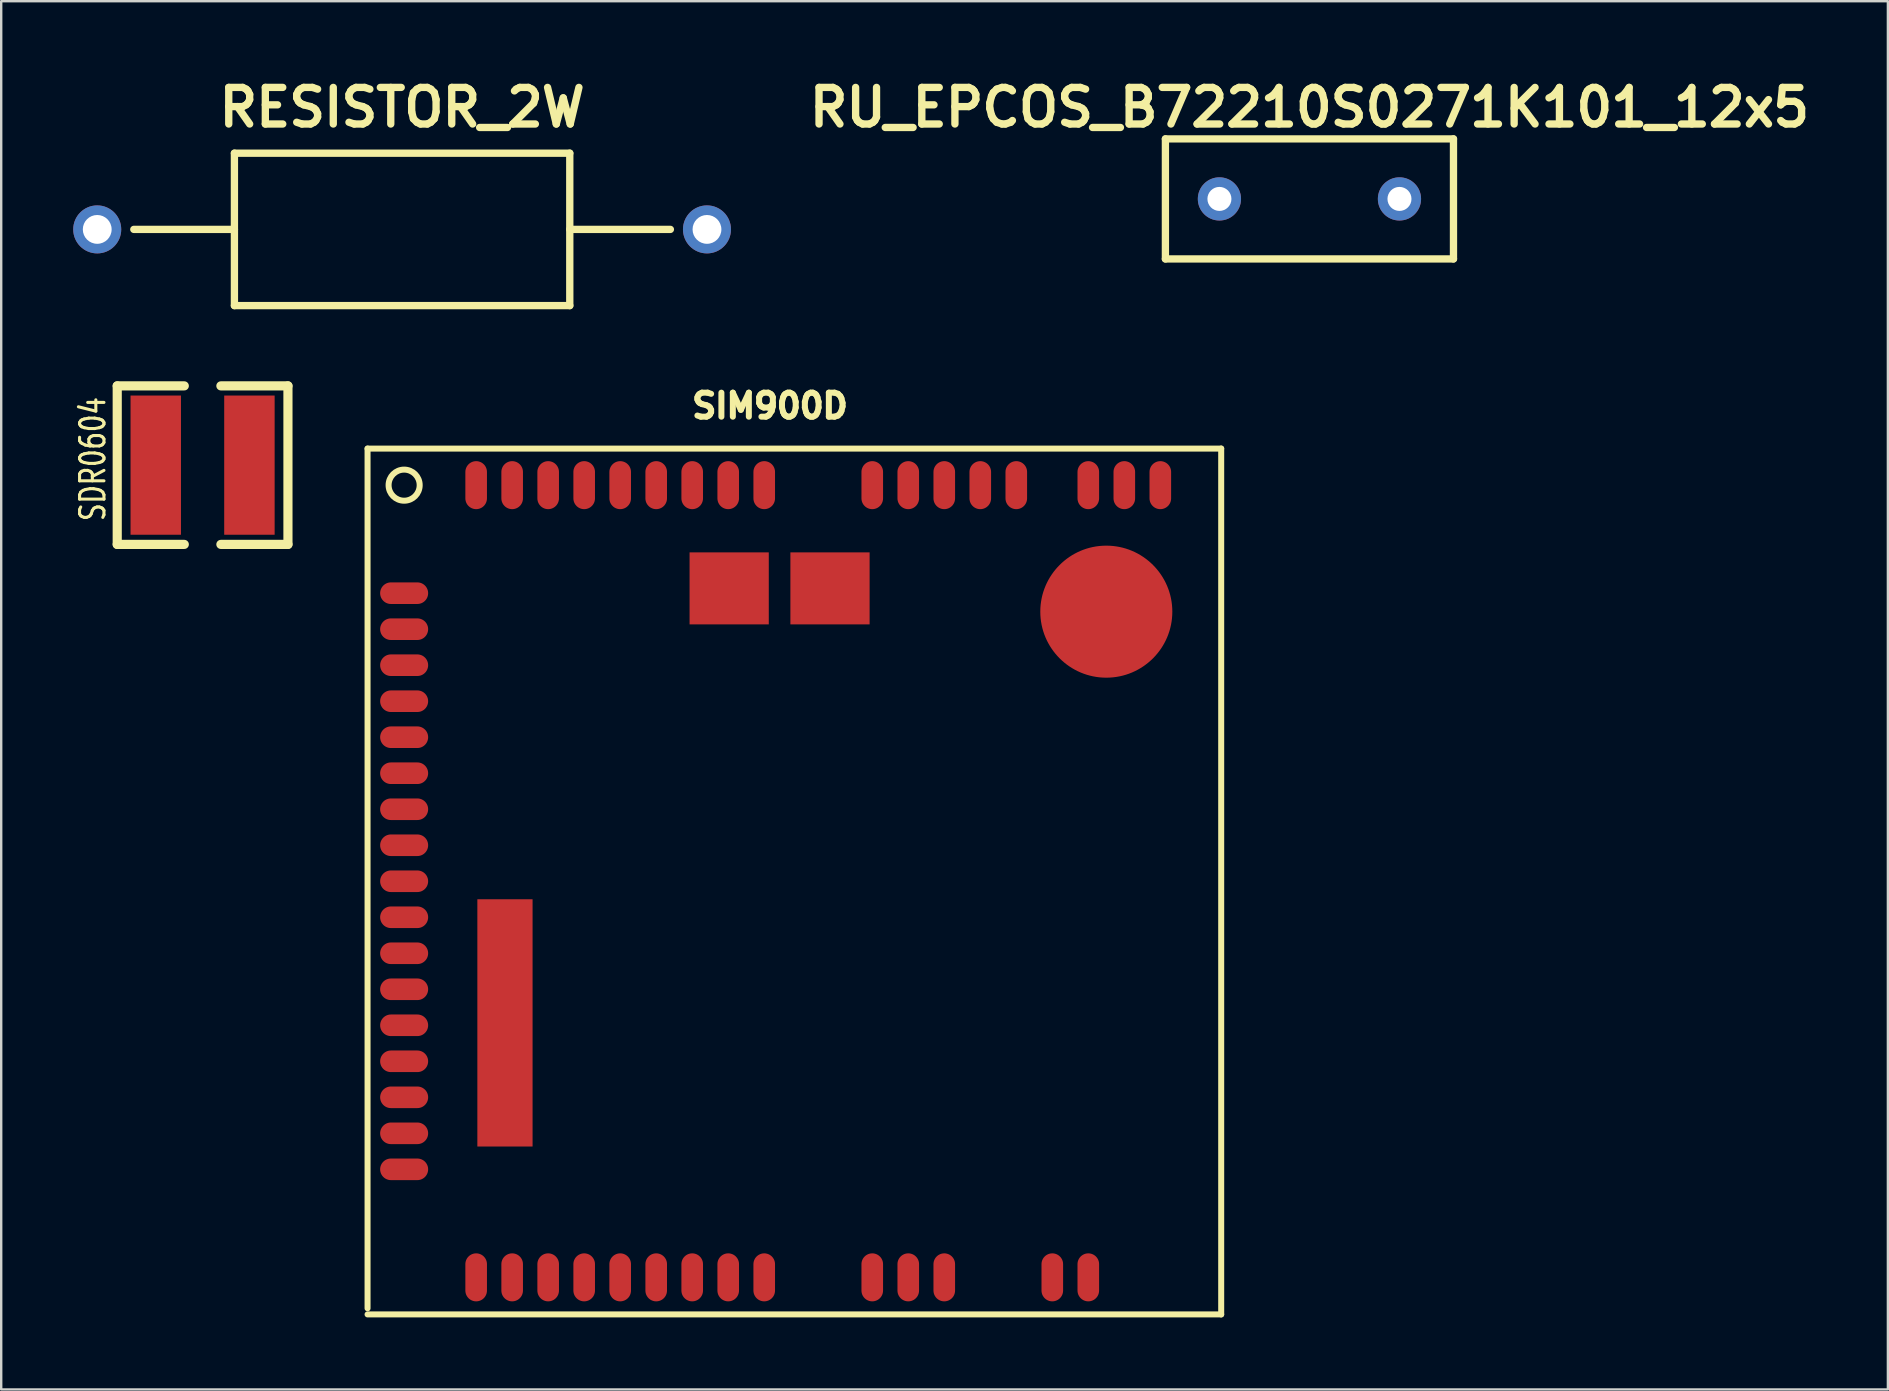
<source format=kicad_pcb>
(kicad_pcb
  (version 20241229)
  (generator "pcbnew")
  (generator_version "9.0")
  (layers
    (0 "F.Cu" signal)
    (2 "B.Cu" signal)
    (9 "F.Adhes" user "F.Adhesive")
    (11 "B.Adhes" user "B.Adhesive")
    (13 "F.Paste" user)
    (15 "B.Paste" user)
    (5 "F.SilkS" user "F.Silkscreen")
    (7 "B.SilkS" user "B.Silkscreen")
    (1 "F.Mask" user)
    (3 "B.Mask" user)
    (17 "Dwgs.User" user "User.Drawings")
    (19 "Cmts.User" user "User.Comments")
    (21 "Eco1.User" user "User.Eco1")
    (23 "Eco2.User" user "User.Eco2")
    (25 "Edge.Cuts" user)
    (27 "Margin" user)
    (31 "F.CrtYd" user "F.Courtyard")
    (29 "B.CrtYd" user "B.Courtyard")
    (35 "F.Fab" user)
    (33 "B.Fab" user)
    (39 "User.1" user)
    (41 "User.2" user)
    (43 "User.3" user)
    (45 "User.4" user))
  (footprint "RU_EPCOS_B72210S0271K101_12х5"
    (layer "F.Cu")
    (at 51.497 5.236)
    (property "Reference" "RU_EPCOS_B72210S0271K101_12х5" (at 0 -3.81 0) (layer "F.SilkS") (effects (font (size 1.524 1.524) (thickness 0.305))))
    (attr through_hole)
    (fp_line (start -6 -2.5) (end 6 -2.5) (stroke (width 0.305) (type solid)) (layer "F.SilkS"))
    (fp_line (start -6 2.5) (end -6 -2.5) (stroke (width 0.305) (type solid)) (layer "F.SilkS"))
    (fp_line (start -6 2.5) (end 6 2.5) (stroke (width 0.305) (type solid)) (layer "F.SilkS"))
    (fp_line (start 6 2.5) (end 6 -2.5) (stroke (width 0.305) (type solid)) (layer "F.SilkS"))
    (pad "1" thru_hole circle (at -3.75 0) (size 1.8 1.8) (drill 1) (layers "*.Cu" "*.Mask"))
    (pad "2" thru_hole circle (at 3.75 0) (size 1.8 1.8) (drill 1) (layers "*.Cu" "*.Mask")))
  (footprint "SIM900D"
    (layer "F.Cu")
    (at 13.785 17.16)
    (property "Reference" "SIM900D" (at 15.24 -3.302 0) (layer "F.SilkS") (effects (font (size 1 1) (thickness 0.25))))
    (attr through_hole)
    (fp_line (start -1.524 -1.524) (end -1.524 34.29) (stroke (width 0.25) (type solid)) (layer "F.SilkS"))
    (fp_line (start -1.524 -1.524) (end 34.036 -1.524) (stroke (width 0.25) (type solid)) (layer "F.SilkS"))
    (fp_line (start -1.524 34.544) (end 34.036 34.544) (stroke (width 0.25) (type solid)) (layer "F.SilkS"))
    (fp_line (start 34.036 34.544) (end 34.036 -1.524) (stroke (width 0.25) (type solid)) (layer "F.SilkS"))
    (fp_circle (center 0 0) (end 0.635 -0.127) (stroke (width 0.25) (type solid)) (fill no) (layer "F.SilkS"))
    (pad "" smd rect (at 4.2 22.4) (size 2.3 10.3) (layers "F.Cu" "F.Mask" "F.Paste"))
    (pad "" smd rect (at 13.54 4.3) (size 3.3 3) (layers "F.Cu" "F.Mask" "F.Paste"))
    (pad "" smd rect (at 17.74 4.3) (size 3.3 3) (layers "F.Cu" "F.Mask" "F.Paste"))
    (pad "" smd circle (at 29.25 5.27) (size 5.5 5.5) (layers "F.Cu" "F.Mask" "F.Paste"))
    (pad "1" smd oval (at 0 4.5) (size 2 0.9) (layers "F.Cu" "F.Mask" "F.Paste"))
    (pad "2" smd oval (at 0 6) (size 2 0.9) (layers "F.Cu" "F.Mask" "F.Paste"))
    (pad "3" smd oval (at 0 7.5) (size 2 0.9) (layers "F.Cu" "F.Mask" "F.Paste"))
    (pad "4" smd oval (at 0 9) (size 2 0.9) (layers "F.Cu" "F.Mask" "F.Paste"))
    (pad "5" smd oval (at 0 10.5) (size 2 0.9) (layers "F.Cu" "F.Mask" "F.Paste"))
    (pad "6" smd oval (at 0 12) (size 2 0.9) (layers "F.Cu" "F.Mask" "F.Paste"))
    (pad "7" smd oval (at 0 13.5) (size 2 0.9) (layers "F.Cu" "F.Mask" "F.Paste"))
    (pad "8" smd oval (at 0 15) (size 2 0.9) (layers "F.Cu" "F.Mask" "F.Paste"))
    (pad "9" smd oval (at 0 16.5) (size 2 0.9) (layers "F.Cu" "F.Mask" "F.Paste"))
    (pad "10" smd oval (at 0 18) (size 2 0.9) (layers "F.Cu" "F.Mask" "F.Paste"))
    (pad "11" smd oval (at 0 19.5) (size 2 0.9) (layers "F.Cu" "F.Mask" "F.Paste"))
    (pad "12" smd oval (at 0 21) (size 2 0.9) (layers "F.Cu" "F.Mask" "F.Paste"))
    (pad "13" smd oval (at 0 22.5) (size 2 0.9) (layers "F.Cu" "F.Mask" "F.Paste"))
    (pad "14" smd oval (at 0 24) (size 2 0.9) (layers "F.Cu" "F.Mask" "F.Paste"))
    (pad "15" smd oval (at 0 25.5) (size 2 0.9) (layers "F.Cu" "F.Mask" "F.Paste"))
    (pad "16" smd oval (at 0 27) (size 2 0.9) (layers "F.Cu" "F.Mask" "F.Paste"))
    (pad "17" smd oval (at 0 28.5) (size 2 0.9) (layers "F.Cu" "F.Mask" "F.Paste"))
    (pad "18" smd oval (at 3 33) (size 0.9 2) (layers "F.Cu" "F.Mask" "F.Paste"))
    (pad "19" smd oval (at 4.5 33) (size 0.9 2) (layers "F.Cu" "F.Mask" "F.Paste"))
    (pad "20" smd oval (at 6 33) (size 0.9 2) (layers "F.Cu" "F.Mask" "F.Paste"))
    (pad "21" smd oval (at 7.5 33) (size 0.9 2) (layers "F.Cu" "F.Mask" "F.Paste"))
    (pad "22" smd oval (at 9 33) (size 0.9 2) (layers "F.Cu" "F.Mask" "F.Paste"))
    (pad "23" smd oval (at 10.5 33) (size 0.9 2) (layers "F.Cu" "F.Mask" "F.Paste"))
    (pad "24" smd oval (at 12 33) (size 0.9 2) (layers "F.Cu" "F.Mask" "F.Paste"))
    (pad "25" smd oval (at 13.5 33) (size 0.9 2) (layers "F.Cu" "F.Mask" "F.Paste"))
    (pad "26" smd oval (at 15 33) (size 0.9 2) (layers "F.Cu" "F.Mask" "F.Paste"))
    (pad "27" smd oval (at 19.5 33) (size 0.9 2) (layers "F.Cu" "F.Mask" "F.Paste"))
    (pad "28" smd oval (at 21 33) (size 0.9 2) (layers "F.Cu" "F.Mask" "F.Paste"))
    (pad "29" smd oval (at 22.5 33) (size 0.9 2) (layers "F.Cu" "F.Mask" "F.Paste"))
    (pad "30" smd oval (at 27 33) (size 0.9 2) (layers "F.Cu" "F.Mask" "F.Paste"))
    (pad "31" smd oval (at 28.5 33) (size 0.9 2) (layers "F.Cu" "F.Mask" "F.Paste"))
    (pad "32" smd oval (at 31.5 0) (size 0.9 2) (layers "F.Cu" "F.Mask" "F.Paste"))
    (pad "33" smd oval (at 30 0) (size 0.9 2) (layers "F.Cu" "F.Mask" "F.Paste"))
    (pad "34" smd oval (at 28.5 0) (size 0.9 2) (layers "F.Cu" "F.Mask" "F.Paste"))
    (pad "35" smd oval (at 25.5 0) (size 0.9 2) (layers "F.Cu" "F.Mask" "F.Paste"))
    (pad "36" smd oval (at 24 0) (size 0.9 2) (layers "F.Cu" "F.Mask" "F.Paste"))
    (pad "37" smd oval (at 22.5 0) (size 0.9 2) (layers "F.Cu" "F.Mask" "F.Paste"))
    (pad "38" smd oval (at 21 0) (size 0.9 2) (layers "F.Cu" "F.Mask" "F.Paste"))
    (pad "39" smd oval (at 19.5 0) (size 0.9 2) (layers "F.Cu" "F.Mask" "F.Paste"))
    (pad "40" smd oval (at 15 0) (size 0.9 2) (layers "F.Cu" "F.Mask" "F.Paste"))
    (pad "41" smd oval (at 13.5 0) (size 0.9 2) (layers "F.Cu" "F.Mask" "F.Paste"))
    (pad "42" smd oval (at 12 0) (size 0.9 2) (layers "F.Cu" "F.Mask" "F.Paste"))
    (pad "43" smd oval (at 10.5 0) (size 0.9 2) (layers "F.Cu" "F.Mask" "F.Paste"))
    (pad "44" smd oval (at 9 0) (size 0.9 2) (layers "F.Cu" "F.Mask" "F.Paste"))
    (pad "45" smd oval (at 7.5 0) (size 0.9 2) (layers "F.Cu" "F.Mask" "F.Paste"))
    (pad "46" smd oval (at 6 0) (size 0.9 2) (layers "F.Cu" "F.Mask" "F.Paste"))
    (pad "47" smd oval (at 4.5 0) (size 0.9 2) (layers "F.Cu" "F.Mask" "F.Paste"))
    (pad "48" smd oval (at 3 0) (size 0.9 2) (layers "F.Cu" "F.Mask" "F.Paste")))
  (footprint "SDR0604"
    (layer "F.Cu")
    (at 5.389 16.326)
    (property "Reference" "SDR0604" (at -4.572 -0.254 90) (layer "F.SilkS") (effects (font (size 1.016 0.762) (thickness 0.127))))
    (attr smd)
    (fp_line (start -3.556 -3.302) (end -3.556 3.302) (stroke (width 0.381) (type solid)) (layer "F.SilkS"))
    (fp_line (start -3.556 3.302) (end -0.762 3.302) (stroke (width 0.381) (type solid)) (layer "F.SilkS"))
    (fp_line (start -0.762 -3.302) (end -3.556 -3.302) (stroke (width 0.381) (type solid)) (layer "F.SilkS"))
    (fp_line (start 0.762 -3.302) (end 3.556 -3.302) (stroke (width 0.381) (type solid)) (layer "F.SilkS"))
    (fp_line (start 3.556 -3.302) (end 3.556 3.302) (stroke (width 0.381) (type solid)) (layer "F.SilkS"))
    (fp_line (start 3.556 3.302) (end 0.762 3.302) (stroke (width 0.381) (type solid)) (layer "F.SilkS"))
    (pad "1" smd rect (at -1.951 0) (size 2.101 5.799) (layers "F.Cu" "F.Mask" "F.Paste"))
    (pad "2" smd rect (at 1.951 0) (size 2.101 5.799) (layers "F.Cu" "F.Mask" "F.Paste")))
  (footprint "RESISTOR_2W"
    (layer "F.Cu")
    (at 13.7 6.506)
    (property "Reference" "RESISTOR_2W" (at 0 -5.08 0) (layer "F.SilkS") (effects (font (size 1.524 1.524) (thickness 0.305))))
    (attr through_hole)
    (fp_line (start -11.176 0) (end -6.985 0) (stroke (width 0.305) (type solid)) (layer "F.SilkS"))
    (fp_line (start -6.985 -3.175) (end 6.985 -3.175) (stroke (width 0.305) (type solid)) (layer "F.SilkS"))
    (fp_line (start -6.985 3.175) (end -6.985 -3.175) (stroke (width 0.305) (type solid)) (layer "F.SilkS"))
    (fp_line (start 6.985 0) (end 11.176 0) (stroke (width 0.305) (type solid)) (layer "F.SilkS"))
    (fp_line (start 6.985 3.175) (end -6.985 3.175) (stroke (width 0.305) (type solid)) (layer "F.SilkS"))
    (fp_line (start 6.985 3.175) (end 6.985 -3.175) (stroke (width 0.305) (type solid)) (layer "F.SilkS"))
    (pad "1" thru_hole circle (at -12.7 0) (size 2 2) (drill 1.2) (layers "*.Cu" "*.Mask"))
    (pad "2" thru_hole circle (at 12.7 0) (size 2 2) (drill 1.2) (layers "*.Cu" "*.Mask")))
  (gr_rect
    (start -3 -3)
    (end 75.593 54.829)
    (stroke (width 0.1) (type default))
    (fill no)
    (layer "Edge.Cuts")))
</source>
